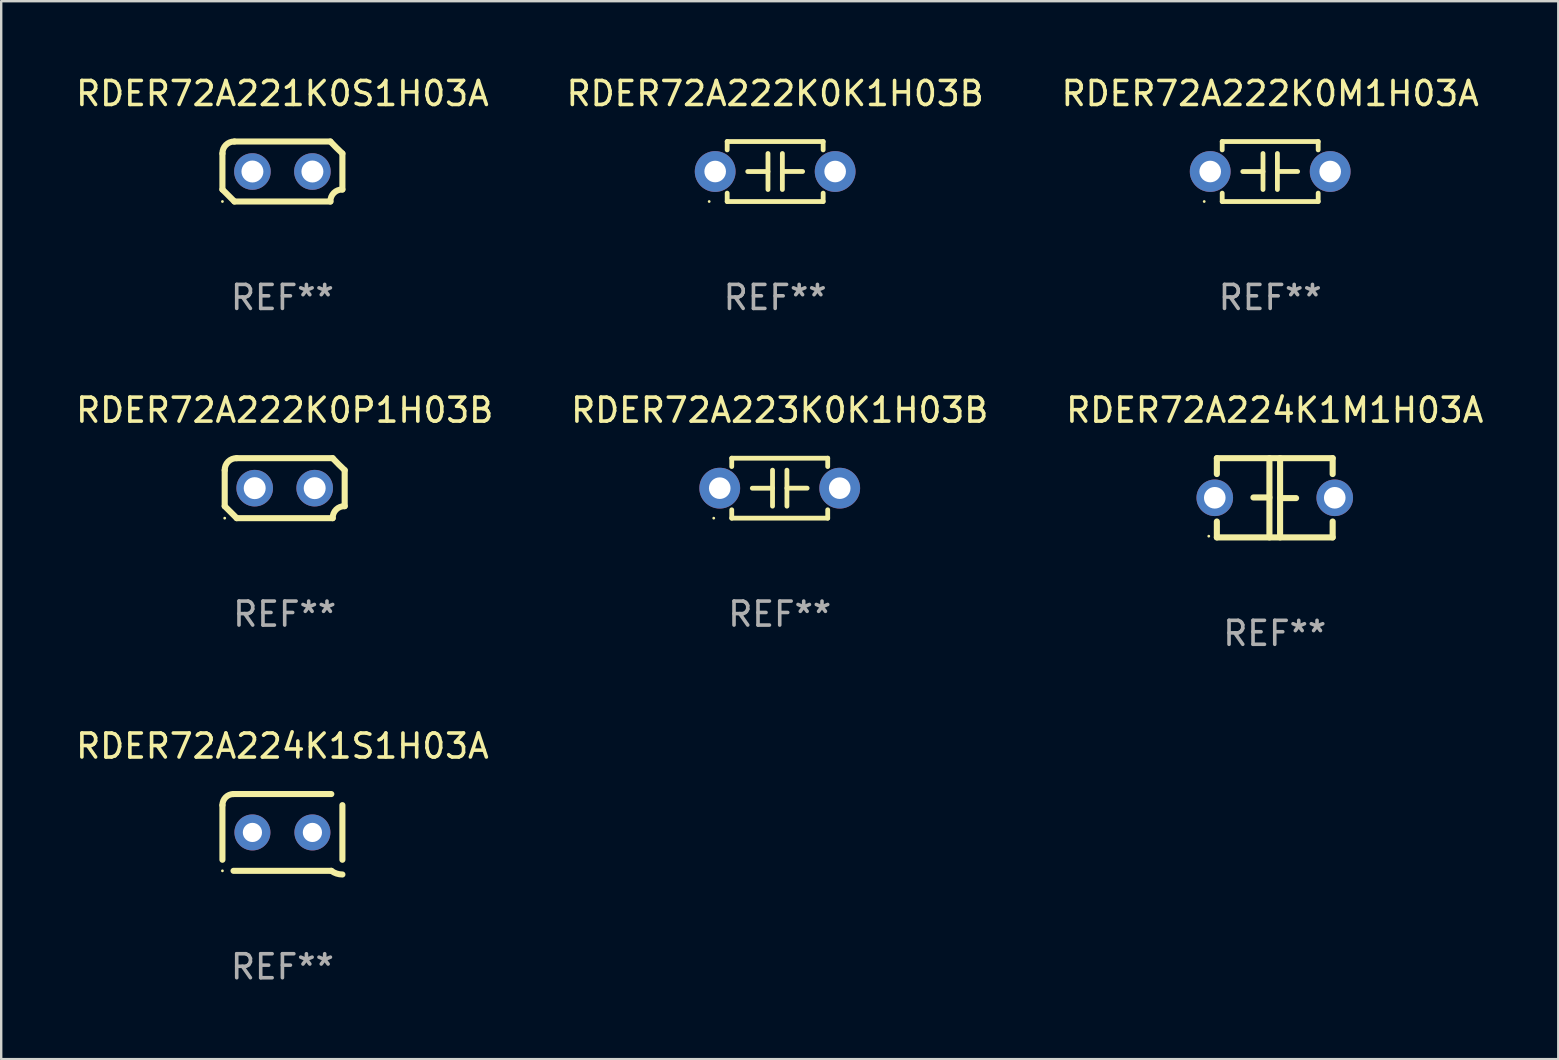
<source format=kicad_pcb>
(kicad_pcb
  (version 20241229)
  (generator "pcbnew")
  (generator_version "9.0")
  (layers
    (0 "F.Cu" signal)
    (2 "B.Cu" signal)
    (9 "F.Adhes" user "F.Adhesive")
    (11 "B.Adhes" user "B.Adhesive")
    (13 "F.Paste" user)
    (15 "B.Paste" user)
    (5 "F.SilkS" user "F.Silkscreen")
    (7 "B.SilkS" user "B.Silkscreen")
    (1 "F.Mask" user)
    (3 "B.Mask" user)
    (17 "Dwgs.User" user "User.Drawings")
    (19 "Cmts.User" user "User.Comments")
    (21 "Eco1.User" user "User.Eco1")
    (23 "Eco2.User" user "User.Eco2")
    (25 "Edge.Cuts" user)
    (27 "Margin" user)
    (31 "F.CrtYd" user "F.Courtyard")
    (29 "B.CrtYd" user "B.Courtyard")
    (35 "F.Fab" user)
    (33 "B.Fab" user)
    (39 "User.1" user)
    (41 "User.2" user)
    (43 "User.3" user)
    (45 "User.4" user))
  (footprint "RDER72A224K1S1H03A"
    (layer "F.Cu")
    (at 8.72 31.643)
    (property "Reference" "RDER72A224K1S1H03A" (at 0 -3.6 0) (layer "F.SilkS") (effects (font (size 1 1) (thickness 0.15))))
    (attr through_hole)
    (fp_line (start -2.5 1.138) (end -2.5 -1.138) (stroke (width 0.254) (type solid)) (layer "F.SilkS"))
    (fp_line (start -2.038 1.6) (end 2.038 1.6) (stroke (width 0.254) (type solid)) (layer "F.SilkS"))
    (fp_line (start 2.038 -1.6) (end -2.038 -1.6) (stroke (width 0.254) (type solid)) (layer "F.SilkS"))
    (fp_line (start 2.5 -1.138) (end 2.5 1.138) (stroke (width 0.254) (type solid)) (layer "F.SilkS"))
    (fp_arc (start -2.5 -1.137744) (mid -2.364601 -1.464626) (end -2.037719 -1.600025) (stroke (width 0.254001) (type solid)) (layer "F.SilkS"))
    (fp_arc (start -2.5 1.137719) (mid 2.500022 -1.137741) (end -2.5 1.137719) (stroke (width 0.254001) (type solid)) (layer "F.SilkS"))
    (fp_arc (start 2.5 1.751767) (mid 2.256726 1.712861) (end 2.037719 1.600025) (stroke (width 0.254001) (type solid)) (layer "F.SilkS"))
    (fp_circle (center -2.5 1.6) (end -2.47 1.6) (stroke (width 0.06) (type solid)) (fill no) (layer "F.SilkS"))
    (fp_text user "REF**" (at 0 5.6 0) (layer "F.Fab") (effects (font (size 1 1) (thickness 0.15))))
    (pad "1" thru_hole circle (at -1.25 -0.000076) (size 1.5 1.5) (drill 0.8) (layers "*.Cu" "*.Mask"))
    (pad "2" thru_hole circle (at 1.25 -0.000076) (size 1.5 1.5) (drill 0.8) (layers "*.Cu" "*.Mask")))
  (footprint "RDER72A222K0K1H03B"
    (layer "F.Cu")
    (at 29.256 4.098)
    (property "Reference" "RDER72A222K0K1H03B" (at 0 -3.25 0) (layer "F.SilkS") (effects (font (size 1 1) (thickness 0.15))))
    (attr through_hole)
    (fp_line (start -2 -1.25) (end -2 -0.901) (stroke (width 0.2) (type solid)) (layer "F.SilkS"))
    (fp_line (start -2 -1.25) (end 2 -1.25) (stroke (width 0.2) (type solid)) (layer "F.SilkS"))
    (fp_line (start -2 0.901) (end -2 1.25) (stroke (width 0.2) (type solid)) (layer "F.SilkS"))
    (fp_line (start -0.3 -0.75) (end -0.3 0.75) (stroke (width 0.2) (type solid)) (layer "F.SilkS"))
    (fp_line (start -0.3 0.001) (end -1.143 0.001) (stroke (width 0.2) (type solid)) (layer "F.SilkS"))
    (fp_line (start 0.3 -0.001) (end 1.143 -0.001) (stroke (width 0.2) (type solid)) (layer "F.SilkS"))
    (fp_line (start 0.3 0.75) (end 0.3 -0.75) (stroke (width 0.2) (type solid)) (layer "F.SilkS"))
    (fp_line (start 2 -1.25) (end 2 -0.901) (stroke (width 0.2) (type solid)) (layer "F.SilkS"))
    (fp_line (start 2 0.901) (end 2 1.25) (stroke (width 0.2) (type solid)) (layer "F.SilkS"))
    (fp_line (start 2 1.25) (end -2 1.25) (stroke (width 0.2) (type solid)) (layer "F.SilkS"))
    (fp_circle (center -2.75 1.25) (end -2.72 1.25) (stroke (width 0.06) (type solid)) (fill no) (layer "F.SilkS"))
    (fp_text user "REF**" (at 0 5.25 0) (layer "F.Fab") (effects (font (size 1 1) (thickness 0.15))))
    (pad "1" thru_hole circle (at -2.5 0) (size 1.7 1.7) (drill 0.9) (layers "*.Cu" "*.Mask"))
    (pad "2" thru_hole circle (at 2.5 0) (size 1.7 1.7) (drill 0.9) (layers "*.Cu" "*.Mask")))
  (footprint "RDER72A224K1M1H03A"
    (layer "F.Cu")
    (at 50.077 17.696)
    (property "Reference" "RDER72A224K1M1H03A" (at 0 -3.651 0) (layer "F.SilkS") (effects (font (size 1 1) (thickness 0.15))))
    (attr through_hole)
    (fp_line (start -2.413 -1.651) (end 2.413 -1.651) (stroke (width 0.254) (type solid)) (layer "F.SilkS"))
    (fp_line (start -2.413 -0.989) (end -2.413 -1.651) (stroke (width 0.254) (type solid)) (layer "F.SilkS"))
    (fp_line (start -2.413 1.651) (end -2.413 0.989) (stroke (width 0.254) (type solid)) (layer "F.SilkS"))
    (fp_line (start -0.222 -0.013) (end -0.889 -0.013) (stroke (width 0.254) (type solid)) (layer "F.SilkS"))
    (fp_line (start -0.222 1.651) (end -0.222 -1.651) (stroke (width 0.254) (type solid)) (layer "F.SilkS"))
    (fp_line (start 0.222 -1.651) (end 0.222 1.651) (stroke (width 0.254) (type solid)) (layer "F.SilkS"))
    (fp_line (start 0.222 0.013) (end 0.889 0.013) (stroke (width 0.254) (type solid)) (layer "F.SilkS"))
    (fp_line (start 2.413 -1.651) (end 2.413 -0.989) (stroke (width 0.254) (type solid)) (layer "F.SilkS"))
    (fp_line (start 2.413 0.989) (end 2.413 1.651) (stroke (width 0.254) (type solid)) (layer "F.SilkS"))
    (fp_line (start 2.413 1.651) (end -2.413 1.651) (stroke (width 0.254) (type solid)) (layer "F.SilkS"))
    (fp_circle (center -2.75 1.6) (end -2.72 1.6) (stroke (width 0.06) (type solid)) (fill no) (layer "F.SilkS"))
    (fp_text user "REF**" (at 0 5.651 0) (layer "F.Fab") (effects (font (size 1 1) (thickness 0.15))))
    (pad "1" thru_hole circle (at -2.5 0) (size 1.524 1.524) (drill 0.9) (layers "*.Cu" "*.Mask"))
    (pad "2" thru_hole circle (at 2.5 0) (size 1.524 1.524) (drill 0.9) (layers "*.Cu" "*.Mask")))
  (footprint "RDER72A222K0M1H03A"
    (layer "F.Cu")
    (at 49.887 4.098)
    (property "Reference" "RDER72A222K0M1H03A" (at 0 -3.25 0) (layer "F.SilkS") (effects (font (size 1 1) (thickness 0.15))))
    (attr through_hole)
    (fp_line (start -2 -1.25) (end -2 -0.901) (stroke (width 0.2) (type solid)) (layer "F.SilkS"))
    (fp_line (start -2 -1.25) (end 2 -1.25) (stroke (width 0.2) (type solid)) (layer "F.SilkS"))
    (fp_line (start -2 0.901) (end -2 1.25) (stroke (width 0.2) (type solid)) (layer "F.SilkS"))
    (fp_line (start -0.3 -0.75) (end -0.3 0.75) (stroke (width 0.2) (type solid)) (layer "F.SilkS"))
    (fp_line (start -0.3 0.001) (end -1.143 0.001) (stroke (width 0.2) (type solid)) (layer "F.SilkS"))
    (fp_line (start 0.3 -0.001) (end 1.143 -0.001) (stroke (width 0.2) (type solid)) (layer "F.SilkS"))
    (fp_line (start 0.3 0.75) (end 0.3 -0.75) (stroke (width 0.2) (type solid)) (layer "F.SilkS"))
    (fp_line (start 2 -1.25) (end 2 -0.901) (stroke (width 0.2) (type solid)) (layer "F.SilkS"))
    (fp_line (start 2 0.901) (end 2 1.25) (stroke (width 0.2) (type solid)) (layer "F.SilkS"))
    (fp_line (start 2 1.25) (end -2 1.25) (stroke (width 0.2) (type solid)) (layer "F.SilkS"))
    (fp_circle (center -2.75 1.25) (end -2.72 1.25) (stroke (width 0.06) (type solid)) (fill no) (layer "F.SilkS"))
    (fp_text user "REF**" (at 0 5.25 0) (layer "F.Fab") (effects (font (size 1 1) (thickness 0.15))))
    (pad "1" thru_hole circle (at -2.5 0) (size 1.7 1.7) (drill 0.9) (layers "*.Cu" "*.Mask"))
    (pad "2" thru_hole circle (at 2.5 0) (size 1.7 1.7) (drill 0.9) (layers "*.Cu" "*.Mask")))
  (footprint "RDER72A221K0S1H03A"
    (layer "F.Cu")
    (at 8.72 4.098)
    (property "Reference" "RDER72A221K0S1H03A" (at 0 -3.25 0) (layer "F.SilkS") (effects (font (size 1 1) (thickness 0.15))))
    (attr through_hole)
    (fp_line (start -2.5 -0.75) (end -2.5 0.75) (stroke (width 0.254) (type solid)) (layer "F.SilkS"))
    (fp_line (start -2 -1.25) (end 2 -1.25) (stroke (width 0.254) (type solid)) (layer "F.SilkS"))
    (fp_line (start 2 1.25) (end -2 1.25) (stroke (width 0.254) (type solid)) (layer "F.SilkS"))
    (fp_line (start 2.5 0.75) (end 2.5 -0.75) (stroke (width 0.254) (type solid)) (layer "F.SilkS"))
    (fp_arc (start -2.5 0.749962) (mid -2.249559 0.999558) (end -1.99929 1.249325) (stroke (width 0.254001) (type solid)) (layer "F.SilkS"))
    (fp_arc (start -2.499366 -0.749302) (mid -2.356411 -1.106098) (end -2 -1.250013) (stroke (width 0.254001) (type solid)) (layer "F.SilkS"))
    (fp_arc (start 2 1.250013) (mid 2.142747 0.89301) (end 2.499364 0.749302) (stroke (width 0.254001) (type solid)) (layer "F.SilkS"))
    (fp_arc (start 2.5 -0.749962) (mid 2.245609 -0.995598) (end 1.999289 -1.249327) (stroke (width 0.254001) (type solid)) (layer "F.SilkS"))
    (fp_circle (center -2.5 1.25) (end -2.47 1.25) (stroke (width 0.06) (type solid)) (fill no) (layer "F.SilkS"))
    (fp_text user "REF**" (at 0 5.25 0) (layer "F.Fab") (effects (font (size 1 1) (thickness 0.15))))
    (pad "1" thru_hole circle (at -1.25 0) (size 1.524 1.524) (drill 0.914) (layers "*.Cu" "*.Mask"))
    (pad "2" thru_hole circle (at 1.25 0) (size 1.524 1.524) (drill 0.914) (layers "*.Cu" "*.Mask")))
  (footprint "RDER72A222K0P1H03B"
    (layer "F.Cu")
    (at 8.815 17.295)
    (property "Reference" "RDER72A222K0P1H03B" (at 0 -3.25 0) (layer "F.SilkS") (effects (font (size 1 1) (thickness 0.15))))
    (attr through_hole)
    (fp_line (start -2.5 -0.75) (end -2.5 0.75) (stroke (width 0.254) (type solid)) (layer "F.SilkS"))
    (fp_line (start -2 -1.25) (end 2 -1.25) (stroke (width 0.254) (type solid)) (layer "F.SilkS"))
    (fp_line (start 2 1.25) (end -2 1.25) (stroke (width 0.254) (type solid)) (layer "F.SilkS"))
    (fp_line (start 2.5 0.75) (end 2.5 -0.75) (stroke (width 0.254) (type solid)) (layer "F.SilkS"))
    (fp_arc (start -2.5 0.749962) (mid -2.249559 0.999558) (end -1.99929 1.249325) (stroke (width 0.254001) (type solid)) (layer "F.SilkS"))
    (fp_arc (start -2.499366 -0.749302) (mid -2.356411 -1.106098) (end -2 -1.250013) (stroke (width 0.254001) (type solid)) (layer "F.SilkS"))
    (fp_arc (start 2 1.250013) (mid 2.142747 0.89301) (end 2.499364 0.749302) (stroke (width 0.254001) (type solid)) (layer "F.SilkS"))
    (fp_arc (start 2.5 -0.749962) (mid 2.245609 -0.995598) (end 1.999289 -1.249327) (stroke (width 0.254001) (type solid)) (layer "F.SilkS"))
    (fp_circle (center -2.5 1.25) (end -2.47 1.25) (stroke (width 0.06) (type solid)) (fill no) (layer "F.SilkS"))
    (fp_text user "REF**" (at 0 5.25 0) (layer "F.Fab") (effects (font (size 1 1) (thickness 0.15))))
    (pad "1" thru_hole circle (at -1.25 0) (size 1.524 1.524) (drill 0.914) (layers "*.Cu" "*.Mask"))
    (pad "2" thru_hole circle (at 1.25 0) (size 1.524 1.524) (drill 0.914) (layers "*.Cu" "*.Mask")))
  (footprint "RDER72A223K0K1H03B"
    (layer "F.Cu")
    (at 29.446 17.295)
    (property "Reference" "RDER72A223K0K1H03B" (at 0 -3.25 0) (layer "F.SilkS") (effects (font (size 1 1) (thickness 0.15))))
    (attr through_hole)
    (fp_line (start -2 -1.25) (end -2 -0.901) (stroke (width 0.2) (type solid)) (layer "F.SilkS"))
    (fp_line (start -2 -1.25) (end 2 -1.25) (stroke (width 0.2) (type solid)) (layer "F.SilkS"))
    (fp_line (start -2 0.901) (end -2 1.25) (stroke (width 0.2) (type solid)) (layer "F.SilkS"))
    (fp_line (start -0.3 -0.75) (end -0.3 0.75) (stroke (width 0.2) (type solid)) (layer "F.SilkS"))
    (fp_line (start -0.3 0.001) (end -1.143 0.001) (stroke (width 0.2) (type solid)) (layer "F.SilkS"))
    (fp_line (start 0.3 -0.001) (end 1.143 -0.001) (stroke (width 0.2) (type solid)) (layer "F.SilkS"))
    (fp_line (start 0.3 0.75) (end 0.3 -0.75) (stroke (width 0.2) (type solid)) (layer "F.SilkS"))
    (fp_line (start 2 -1.25) (end 2 -0.901) (stroke (width 0.2) (type solid)) (layer "F.SilkS"))
    (fp_line (start 2 0.901) (end 2 1.25) (stroke (width 0.2) (type solid)) (layer "F.SilkS"))
    (fp_line (start 2 1.25) (end -2 1.25) (stroke (width 0.2) (type solid)) (layer "F.SilkS"))
    (fp_circle (center -2.75 1.25) (end -2.72 1.25) (stroke (width 0.06) (type solid)) (fill no) (layer "F.SilkS"))
    (fp_text user "REF**" (at 0 5.25 0) (layer "F.Fab") (effects (font (size 1 1) (thickness 0.15))))
    (pad "1" thru_hole circle (at -2.5 0) (size 1.7 1.7) (drill 0.9) (layers "*.Cu" "*.Mask"))
    (pad "2" thru_hole circle (at 2.5 0) (size 1.7 1.7) (drill 0.9) (layers "*.Cu" "*.Mask")))
  (gr_rect
    (start -3 -3)
    (end 61.893 41.092)
    (stroke (width 0.1) (type default))
    (fill no)
    (layer "Edge.Cuts")))
</source>
